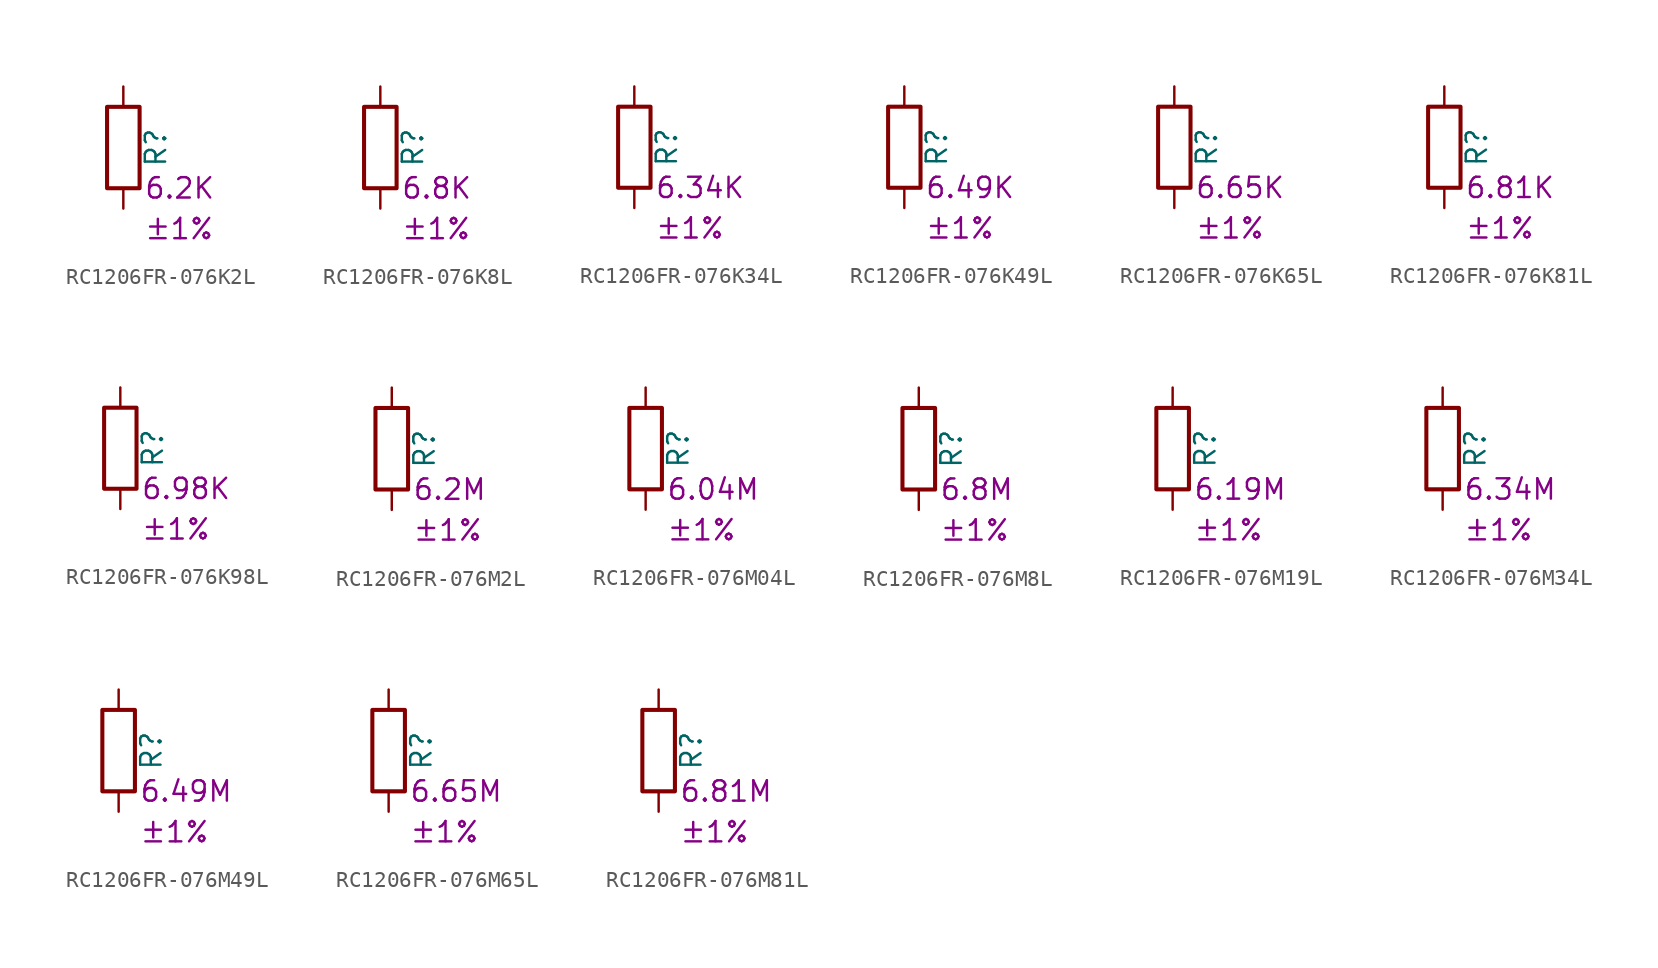
<source format=kicad_sym>
(kicad_symbol_lib
  (version 20220914)
  (generator kicad_symbol_editor)
  (symbol "RC1206FR-076K2L"
    (pin_numbers hide)
    (pin_names
      (offset 0))
    (property "Reference" "R"
      (at 2.032 0 90)
      (effects (font (size 1.27 1.27))))
    (property "Resistance" "6.2K"
      (at 1.27 -2.54 0)
      (effects (font (size 1.27 1.27)) (justify left)))
    (property "Tolerance" "±1%"
      (at 1.27 -5.08 0)
      (effects (font (size 1.27 1.27)) (justify left)))
    (symbol "RC1206FR-076K2L_0_1"
      (rectangle (start -1.016 -2.54) (end 1.016 2.54) (stroke (width 0.254) (type default)) (fill (type none))))
    (symbol "RC1206FR-076K2L_1_1"
      (pin passive line (at 0 3.81 270) (length 1.27) (name "~" (effects (font (size 1.27 1.27)))) (number "1" (effects (font (size 1.27 1.27)))))
      (pin passive line (at 0 -3.81 90) (length 1.27) (name "~" (effects (font (size 1.27 1.27)))) (number "2" (effects (font (size 1.27 1.27)))))))
  (symbol "RC1206FR-076K8L"
    (pin_numbers hide)
    (pin_names
      (offset 0))
    (property "Reference" "R"
      (at 2.032 0 90)
      (effects (font (size 1.27 1.27))))
    (property "Resistance" "6.8K"
      (at 1.27 -2.54 0)
      (effects (font (size 1.27 1.27)) (justify left)))
    (property "Tolerance" "±1%"
      (at 1.27 -5.08 0)
      (effects (font (size 1.27 1.27)) (justify left)))
    (symbol "RC1206FR-076K8L_0_1"
      (rectangle (start -1.016 -2.54) (end 1.016 2.54) (stroke (width 0.254) (type default)) (fill (type none))))
    (symbol "RC1206FR-076K8L_1_1"
      (pin passive line (at 0 3.81 270) (length 1.27) (name "~" (effects (font (size 1.27 1.27)))) (number "1" (effects (font (size 1.27 1.27)))))
      (pin passive line (at 0 -3.81 90) (length 1.27) (name "~" (effects (font (size 1.27 1.27)))) (number "2" (effects (font (size 1.27 1.27)))))))
  (symbol "RC1206FR-076K34L"
    (pin_numbers hide)
    (pin_names
      (offset 0))
    (property "Reference" "R"
      (at 2.032 0 90)
      (effects (font (size 1.27 1.27))))
    (property "Resistance" "6.34K"
      (at 1.27 -2.54 0)
      (effects (font (size 1.27 1.27)) (justify left)))
    (property "Tolerance" "±1%"
      (at 1.27 -5.08 0)
      (effects (font (size 1.27 1.27)) (justify left)))
    (symbol "RC1206FR-076K34L_0_1"
      (rectangle (start -1.016 -2.54) (end 1.016 2.54) (stroke (width 0.254) (type default)) (fill (type none))))
    (symbol "RC1206FR-076K34L_1_1"
      (pin passive line (at 0 3.81 270) (length 1.27) (name "~" (effects (font (size 1.27 1.27)))) (number "1" (effects (font (size 1.27 1.27)))))
      (pin passive line (at 0 -3.81 90) (length 1.27) (name "~" (effects (font (size 1.27 1.27)))) (number "2" (effects (font (size 1.27 1.27)))))))
  (symbol "RC1206FR-076K49L"
    (pin_numbers hide)
    (pin_names
      (offset 0))
    (property "Reference" "R"
      (at 2.032 0 90)
      (effects (font (size 1.27 1.27))))
    (property "Resistance" "6.49K"
      (at 1.27 -2.54 0)
      (effects (font (size 1.27 1.27)) (justify left)))
    (property "Tolerance" "±1%"
      (at 1.27 -5.08 0)
      (effects (font (size 1.27 1.27)) (justify left)))
    (symbol "RC1206FR-076K49L_0_1"
      (rectangle (start -1.016 -2.54) (end 1.016 2.54) (stroke (width 0.254) (type default)) (fill (type none))))
    (symbol "RC1206FR-076K49L_1_1"
      (pin passive line (at 0 3.81 270) (length 1.27) (name "~" (effects (font (size 1.27 1.27)))) (number "1" (effects (font (size 1.27 1.27)))))
      (pin passive line (at 0 -3.81 90) (length 1.27) (name "~" (effects (font (size 1.27 1.27)))) (number "2" (effects (font (size 1.27 1.27)))))))
  (symbol "RC1206FR-076K65L"
    (pin_numbers hide)
    (pin_names
      (offset 0))
    (property "Reference" "R"
      (at 2.032 0 90)
      (effects (font (size 1.27 1.27))))
    (property "Resistance" "6.65K"
      (at 1.27 -2.54 0)
      (effects (font (size 1.27 1.27)) (justify left)))
    (property "Tolerance" "±1%"
      (at 1.27 -5.08 0)
      (effects (font (size 1.27 1.27)) (justify left)))
    (symbol "RC1206FR-076K65L_0_1"
      (rectangle (start -1.016 -2.54) (end 1.016 2.54) (stroke (width 0.254) (type default)) (fill (type none))))
    (symbol "RC1206FR-076K65L_1_1"
      (pin passive line (at 0 3.81 270) (length 1.27) (name "~" (effects (font (size 1.27 1.27)))) (number "1" (effects (font (size 1.27 1.27)))))
      (pin passive line (at 0 -3.81 90) (length 1.27) (name "~" (effects (font (size 1.27 1.27)))) (number "2" (effects (font (size 1.27 1.27)))))))
  (symbol "RC1206FR-076K81L"
    (pin_numbers hide)
    (pin_names
      (offset 0))
    (property "Reference" "R"
      (at 2.032 0 90)
      (effects (font (size 1.27 1.27))))
    (property "Resistance" "6.81K"
      (at 1.27 -2.54 0)
      (effects (font (size 1.27 1.27)) (justify left)))
    (property "Tolerance" "±1%"
      (at 1.27 -5.08 0)
      (effects (font (size 1.27 1.27)) (justify left)))
    (symbol "RC1206FR-076K81L_0_1"
      (rectangle (start -1.016 -2.54) (end 1.016 2.54) (stroke (width 0.254) (type default)) (fill (type none))))
    (symbol "RC1206FR-076K81L_1_1"
      (pin passive line (at 0 3.81 270) (length 1.27) (name "~" (effects (font (size 1.27 1.27)))) (number "1" (effects (font (size 1.27 1.27)))))
      (pin passive line (at 0 -3.81 90) (length 1.27) (name "~" (effects (font (size 1.27 1.27)))) (number "2" (effects (font (size 1.27 1.27)))))))
  (symbol "RC1206FR-076K98L"
    (pin_numbers hide)
    (pin_names
      (offset 0))
    (property "Reference" "R"
      (at 2.032 0 90)
      (effects (font (size 1.27 1.27))))
    (property "Resistance" "6.98K"
      (at 1.27 -2.54 0)
      (effects (font (size 1.27 1.27)) (justify left)))
    (property "Tolerance" "±1%"
      (at 1.27 -5.08 0)
      (effects (font (size 1.27 1.27)) (justify left)))
    (symbol "RC1206FR-076K98L_0_1"
      (rectangle (start -1.016 -2.54) (end 1.016 2.54) (stroke (width 0.254) (type default)) (fill (type none))))
    (symbol "RC1206FR-076K98L_1_1"
      (pin passive line (at 0 3.81 270) (length 1.27) (name "~" (effects (font (size 1.27 1.27)))) (number "1" (effects (font (size 1.27 1.27)))))
      (pin passive line (at 0 -3.81 90) (length 1.27) (name "~" (effects (font (size 1.27 1.27)))) (number "2" (effects (font (size 1.27 1.27)))))))
  (symbol "RC1206FR-076M2L"
    (pin_numbers hide)
    (pin_names
      (offset 0))
    (property "Reference" "R"
      (at 2.032 0 90)
      (effects (font (size 1.27 1.27))))
    (property "Resistance" "6.2M"
      (at 1.27 -2.54 0)
      (effects (font (size 1.27 1.27)) (justify left)))
    (property "Tolerance" "±1%"
      (at 1.27 -5.08 0)
      (effects (font (size 1.27 1.27)) (justify left)))
    (symbol "RC1206FR-076M2L_0_1"
      (rectangle (start -1.016 -2.54) (end 1.016 2.54) (stroke (width 0.254) (type default)) (fill (type none))))
    (symbol "RC1206FR-076M2L_1_1"
      (pin passive line (at 0 3.81 270) (length 1.27) (name "~" (effects (font (size 1.27 1.27)))) (number "1" (effects (font (size 1.27 1.27)))))
      (pin passive line (at 0 -3.81 90) (length 1.27) (name "~" (effects (font (size 1.27 1.27)))) (number "2" (effects (font (size 1.27 1.27)))))))
  (symbol "RC1206FR-076M04L"
    (pin_numbers hide)
    (pin_names
      (offset 0))
    (property "Reference" "R"
      (at 2.032 0 90)
      (effects (font (size 1.27 1.27))))
    (property "Resistance" "6.04M"
      (at 1.27 -2.54 0)
      (effects (font (size 1.27 1.27)) (justify left)))
    (property "Tolerance" "±1%"
      (at 1.27 -5.08 0)
      (effects (font (size 1.27 1.27)) (justify left)))
    (symbol "RC1206FR-076M04L_0_1"
      (rectangle (start -1.016 -2.54) (end 1.016 2.54) (stroke (width 0.254) (type default)) (fill (type none))))
    (symbol "RC1206FR-076M04L_1_1"
      (pin passive line (at 0 3.81 270) (length 1.27) (name "~" (effects (font (size 1.27 1.27)))) (number "1" (effects (font (size 1.27 1.27)))))
      (pin passive line (at 0 -3.81 90) (length 1.27) (name "~" (effects (font (size 1.27 1.27)))) (number "2" (effects (font (size 1.27 1.27)))))))
  (symbol "RC1206FR-076M8L"
    (pin_numbers hide)
    (pin_names
      (offset 0))
    (property "Reference" "R"
      (at 2.032 0 90)
      (effects (font (size 1.27 1.27))))
    (property "Resistance" "6.8M"
      (at 1.27 -2.54 0)
      (effects (font (size 1.27 1.27)) (justify left)))
    (property "Tolerance" "±1%"
      (at 1.27 -5.08 0)
      (effects (font (size 1.27 1.27)) (justify left)))
    (symbol "RC1206FR-076M8L_0_1"
      (rectangle (start -1.016 -2.54) (end 1.016 2.54) (stroke (width 0.254) (type default)) (fill (type none))))
    (symbol "RC1206FR-076M8L_1_1"
      (pin passive line (at 0 3.81 270) (length 1.27) (name "~" (effects (font (size 1.27 1.27)))) (number "1" (effects (font (size 1.27 1.27)))))
      (pin passive line (at 0 -3.81 90) (length 1.27) (name "~" (effects (font (size 1.27 1.27)))) (number "2" (effects (font (size 1.27 1.27)))))))
  (symbol "RC1206FR-076M19L"
    (pin_numbers hide)
    (pin_names
      (offset 0))
    (property "Reference" "R"
      (at 2.032 0 90)
      (effects (font (size 1.27 1.27))))
    (property "Resistance" "6.19M"
      (at 1.27 -2.54 0)
      (effects (font (size 1.27 1.27)) (justify left)))
    (property "Tolerance" "±1%"
      (at 1.27 -5.08 0)
      (effects (font (size 1.27 1.27)) (justify left)))
    (symbol "RC1206FR-076M19L_0_1"
      (rectangle (start -1.016 -2.54) (end 1.016 2.54) (stroke (width 0.254) (type default)) (fill (type none))))
    (symbol "RC1206FR-076M19L_1_1"
      (pin passive line (at 0 3.81 270) (length 1.27) (name "~" (effects (font (size 1.27 1.27)))) (number "1" (effects (font (size 1.27 1.27)))))
      (pin passive line (at 0 -3.81 90) (length 1.27) (name "~" (effects (font (size 1.27 1.27)))) (number "2" (effects (font (size 1.27 1.27)))))))
  (symbol "RC1206FR-076M34L"
    (pin_numbers hide)
    (pin_names
      (offset 0))
    (property "Reference" "R"
      (at 2.032 0 90)
      (effects (font (size 1.27 1.27))))
    (property "Resistance" "6.34M"
      (at 1.27 -2.54 0)
      (effects (font (size 1.27 1.27)) (justify left)))
    (property "Tolerance" "±1%"
      (at 1.27 -5.08 0)
      (effects (font (size 1.27 1.27)) (justify left)))
    (symbol "RC1206FR-076M34L_0_1"
      (rectangle (start -1.016 -2.54) (end 1.016 2.54) (stroke (width 0.254) (type default)) (fill (type none))))
    (symbol "RC1206FR-076M34L_1_1"
      (pin passive line (at 0 3.81 270) (length 1.27) (name "~" (effects (font (size 1.27 1.27)))) (number "1" (effects (font (size 1.27 1.27)))))
      (pin passive line (at 0 -3.81 90) (length 1.27) (name "~" (effects (font (size 1.27 1.27)))) (number "2" (effects (font (size 1.27 1.27)))))))
  (symbol "RC1206FR-076M49L"
    (pin_numbers hide)
    (pin_names
      (offset 0))
    (property "Reference" "R"
      (at 2.032 0 90)
      (effects (font (size 1.27 1.27))))
    (property "Resistance" "6.49M"
      (at 1.27 -2.54 0)
      (effects (font (size 1.27 1.27)) (justify left)))
    (property "Tolerance" "±1%"
      (at 1.27 -5.08 0)
      (effects (font (size 1.27 1.27)) (justify left)))
    (symbol "RC1206FR-076M49L_0_1"
      (rectangle (start -1.016 -2.54) (end 1.016 2.54) (stroke (width 0.254) (type default)) (fill (type none))))
    (symbol "RC1206FR-076M49L_1_1"
      (pin passive line (at 0 3.81 270) (length 1.27) (name "~" (effects (font (size 1.27 1.27)))) (number "1" (effects (font (size 1.27 1.27)))))
      (pin passive line (at 0 -3.81 90) (length 1.27) (name "~" (effects (font (size 1.27 1.27)))) (number "2" (effects (font (size 1.27 1.27)))))))
  (symbol "RC1206FR-076M65L"
    (pin_numbers hide)
    (pin_names
      (offset 0))
    (property "Reference" "R"
      (at 2.032 0 90)
      (effects (font (size 1.27 1.27))))
    (property "Resistance" "6.65M"
      (at 1.27 -2.54 0)
      (effects (font (size 1.27 1.27)) (justify left)))
    (property "Tolerance" "±1%"
      (at 1.27 -5.08 0)
      (effects (font (size 1.27 1.27)) (justify left)))
    (symbol "RC1206FR-076M65L_0_1"
      (rectangle (start -1.016 -2.54) (end 1.016 2.54) (stroke (width 0.254) (type default)) (fill (type none))))
    (symbol "RC1206FR-076M65L_1_1"
      (pin passive line (at 0 3.81 270) (length 1.27) (name "~" (effects (font (size 1.27 1.27)))) (number "1" (effects (font (size 1.27 1.27)))))
      (pin passive line (at 0 -3.81 90) (length 1.27) (name "~" (effects (font (size 1.27 1.27)))) (number "2" (effects (font (size 1.27 1.27)))))))
  (symbol "RC1206FR-076M81L"
    (pin_numbers hide)
    (pin_names
      (offset 0))
    (property "Reference" "R"
      (at 2.032 0 90)
      (effects (font (size 1.27 1.27))))
    (property "Resistance" "6.81M"
      (at 1.27 -2.54 0)
      (effects (font (size 1.27 1.27)) (justify left)))
    (property "Tolerance" "±1%"
      (at 1.27 -5.08 0)
      (effects (font (size 1.27 1.27)) (justify left)))
    (symbol "RC1206FR-076M81L_0_1"
      (rectangle (start -1.016 -2.54) (end 1.016 2.54) (stroke (width 0.254) (type default)) (fill (type none))))
    (symbol "RC1206FR-076M81L_1_1"
      (pin passive line (at 0 3.81 270) (length 1.27) (name "~" (effects (font (size 1.27 1.27)))) (number "1" (effects (font (size 1.27 1.27)))))
      (pin passive line (at 0 -3.81 90) (length 1.27) (name "~" (effects (font (size 1.27 1.27)))) (number "2" (effects (font (size 1.27 1.27))))))))
</source>
